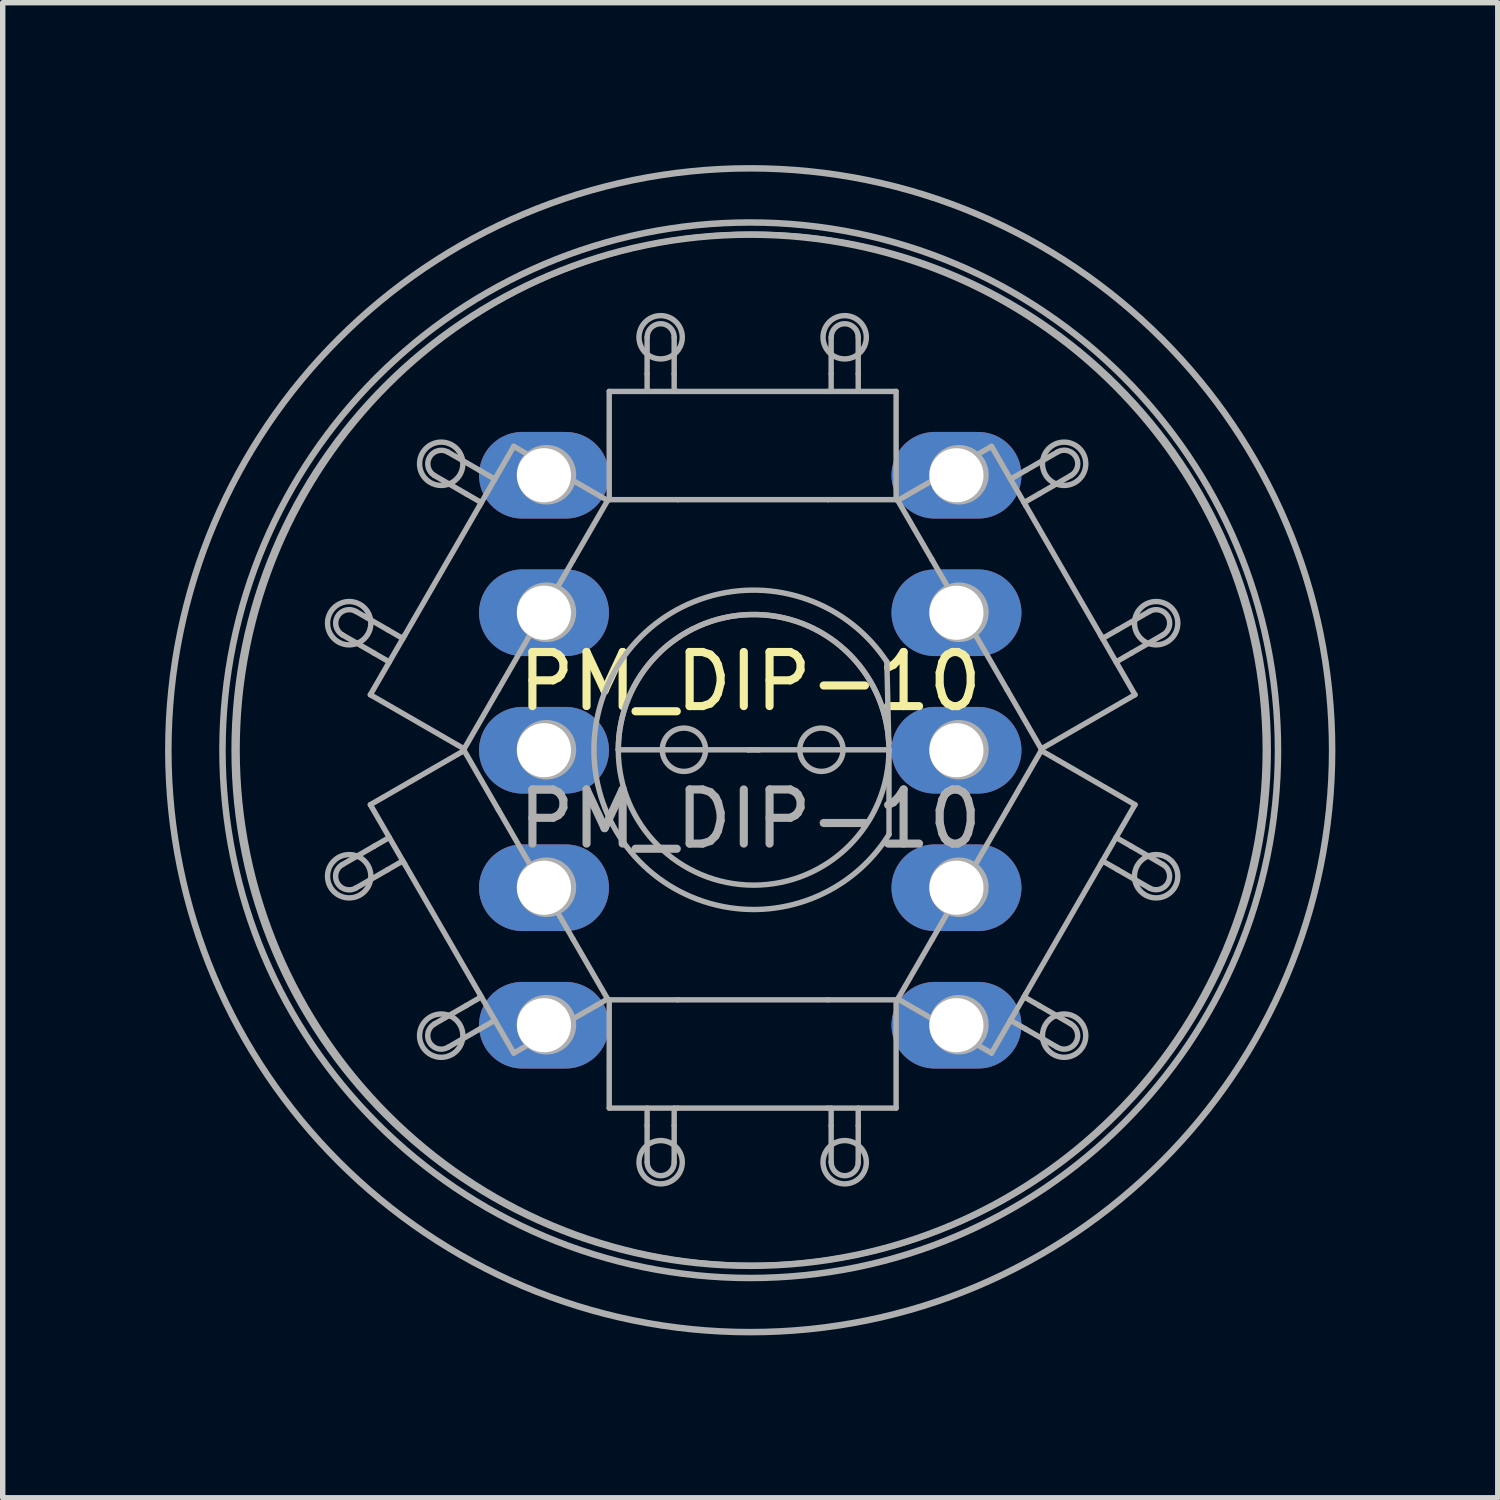
<source format=kicad_pcb>
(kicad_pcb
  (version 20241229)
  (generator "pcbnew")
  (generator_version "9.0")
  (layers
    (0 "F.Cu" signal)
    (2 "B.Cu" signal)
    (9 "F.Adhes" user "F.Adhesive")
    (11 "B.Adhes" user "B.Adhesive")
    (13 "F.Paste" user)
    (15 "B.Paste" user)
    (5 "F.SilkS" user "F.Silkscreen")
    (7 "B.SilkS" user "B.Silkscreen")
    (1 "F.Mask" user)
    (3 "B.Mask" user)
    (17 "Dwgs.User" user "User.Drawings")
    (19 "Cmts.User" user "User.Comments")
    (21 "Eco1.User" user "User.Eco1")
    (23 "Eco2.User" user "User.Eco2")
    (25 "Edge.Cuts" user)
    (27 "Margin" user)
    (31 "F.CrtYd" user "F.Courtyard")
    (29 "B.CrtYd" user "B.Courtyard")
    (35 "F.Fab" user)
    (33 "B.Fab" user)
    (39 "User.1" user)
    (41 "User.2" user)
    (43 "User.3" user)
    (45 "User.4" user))
  (footprint "PM_DIP-10"
    (layer "F.Cu")
    (at 10.81 10.81)
    (property "Reference" "PM_DIP-10" (at 0 -1.27 0) (layer "F.SilkS") (effects (font (size 1 1) (thickness 0.15))))
    (attr through_hole)
    (fp_line (start -7.018 1.006) (end -6.385 2.101) (stroke (width 0.1) (type solid)) (layer "F.Fab"))
    (fp_line (start -6.948 -1.793) (end -7.534 -2.131) (stroke (width 0.1) (type solid)) (layer "F.Fab"))
    (fp_line (start -6.948 -1.793) (end -6.668 -1.631) (stroke (width 0.1) (type solid)) (layer "F.Fab"))
    (fp_line (start -6.948 1.774) (end -7.534 2.112) (stroke (width 0.1) (type solid)) (layer "F.Fab"))
    (fp_line (start -6.948 1.774) (end -6.668 1.612) (stroke (width 0.1) (type solid)) (layer "F.Fab"))
    (fp_line (start -6.698 -2.226) (end -7.284 -2.564) (stroke (width 0.1) (type solid)) (layer "F.Fab"))
    (fp_line (start -6.698 -2.226) (end -6.418 -2.064) (stroke (width 0.1) (type solid)) (layer "F.Fab"))
    (fp_line (start -6.698 2.207) (end -7.284 2.545) (stroke (width 0.1) (type solid)) (layer "F.Fab"))
    (fp_line (start -6.698 2.207) (end -6.418 2.045) (stroke (width 0.1) (type solid)) (layer "F.Fab"))
    (fp_line (start -6.385 -2.12) (end -7.018 -1.025) (stroke (width 0.1) (type solid)) (layer "F.Fab"))
    (fp_line (start -6.385 -2.12) (end -5 -4.519) (stroke (width 0.1) (type solid)) (layer "F.Fab"))
    (fp_line (start -5.285 -0.025) (end -7.018 -1.025) (stroke (width 0.1) (type solid)) (layer "F.Fab"))
    (fp_line (start -5.285 0.006) (end -7.018 1.006) (stroke (width 0.1) (type solid)) (layer "F.Fab"))
    (fp_line (start -5.285 0.006) (end -4.653 1.101) (stroke (width 0.1) (type solid)) (layer "F.Fab"))
    (fp_line (start -5.248 -4.737) (end -5.834 -5.075) (stroke (width 0.1) (type solid)) (layer "F.Fab"))
    (fp_line (start -5.248 -4.737) (end -4.968 -4.575) (stroke (width 0.1) (type solid)) (layer "F.Fab"))
    (fp_line (start -5.248 4.718) (end -5.834 5.056) (stroke (width 0.1) (type solid)) (layer "F.Fab"))
    (fp_line (start -5.248 4.718) (end -4.968 4.556) (stroke (width 0.1) (type solid)) (layer "F.Fab"))
    (fp_line (start -5 4.5) (end -6.385 2.101) (stroke (width 0.1) (type solid)) (layer "F.Fab"))
    (fp_line (start -5 4.5) (end -4.368 5.595) (stroke (width 0.1) (type solid)) (layer "F.Fab"))
    (fp_line (start -4.998 -5.17) (end -5.584 -5.508) (stroke (width 0.1) (type solid)) (layer "F.Fab"))
    (fp_line (start -4.998 -5.17) (end -4.718 -5.008) (stroke (width 0.1) (type solid)) (layer "F.Fab"))
    (fp_line (start -4.998 5.151) (end -5.584 5.489) (stroke (width 0.1) (type solid)) (layer "F.Fab"))
    (fp_line (start -4.998 5.151) (end -4.718 4.989) (stroke (width 0.1) (type solid)) (layer "F.Fab"))
    (fp_line (start -4.653 -1.12) (end -5.285 -0.025) (stroke (width 0.1) (type solid)) (layer "F.Fab"))
    (fp_line (start -4.653 -1.12) (end -3.268 -3.519) (stroke (width 0.1) (type solid)) (layer "F.Fab"))
    (fp_line (start -4.368 -5.614) (end -5 -4.519) (stroke (width 0.1) (type solid)) (layer "F.Fab"))
    (fp_line (start -3.268 3.5) (end -4.653 1.101) (stroke (width 0.1) (type solid)) (layer "F.Fab"))
    (fp_line (start -3.268 3.5) (end -2.635 4.595) (stroke (width 0.1) (type solid)) (layer "F.Fab"))
    (fp_line (start -2.635 -4.614) (end -4.368 -5.614) (stroke (width 0.1) (type solid)) (layer "F.Fab"))
    (fp_line (start -2.635 -4.614) (end -3.268 -3.519) (stroke (width 0.1) (type solid)) (layer "F.Fab"))
    (fp_line (start -2.635 4.595) (end -4.368 5.595) (stroke (width 0.1) (type solid)) (layer "F.Fab"))
    (fp_line (start -2.605 -4.629) (end -2.605 -6.629) (stroke (width 0.1) (type solid)) (layer "F.Fab"))
    (fp_line (start -2.605 4.611) (end -2.605 6.611) (stroke (width 0.1) (type solid)) (layer "F.Fab"))
    (fp_line (start -2.605 4.611) (end -1.34 4.611) (stroke (width 0.1) (type solid)) (layer "F.Fab"))
    (fp_line (start -2.605 6.611) (end -1.34 6.611) (stroke (width 0.1) (type solid)) (layer "F.Fab"))
    (fp_line (start -2.437 -0.008) (end -0.037 -0.008) (stroke (width 0.1) (type solid)) (layer "F.Fab"))
    (fp_line (start -1.905 -6.954) (end -1.905 -7.629) (stroke (width 0.1) (type solid)) (layer "F.Fab"))
    (fp_line (start -1.905 -6.954) (end -1.905 -6.629) (stroke (width 0.1) (type solid)) (layer "F.Fab"))
    (fp_line (start -1.905 6.935) (end -1.905 6.611) (stroke (width 0.1) (type solid)) (layer "F.Fab"))
    (fp_line (start -1.905 6.935) (end -1.905 7.611) (stroke (width 0.1) (type solid)) (layer "F.Fab"))
    (fp_line (start -1.405 -6.954) (end -1.405 -7.629) (stroke (width 0.1) (type solid)) (layer "F.Fab"))
    (fp_line (start -1.405 -6.954) (end -1.405 -6.629) (stroke (width 0.1) (type solid)) (layer "F.Fab"))
    (fp_line (start -1.405 6.935) (end -1.405 6.611) (stroke (width 0.1) (type solid)) (layer "F.Fab"))
    (fp_line (start -1.405 6.935) (end -1.405 7.611) (stroke (width 0.1) (type solid)) (layer "F.Fab"))
    (fp_line (start -1.34 -6.629) (end -2.605 -6.629) (stroke (width 0.1) (type solid)) (layer "F.Fab"))
    (fp_line (start -1.34 -6.629) (end 1.431 -6.629) (stroke (width 0.1) (type solid)) (layer "F.Fab"))
    (fp_line (start -1.34 -4.629) (end -2.605 -4.629) (stroke (width 0.1) (type solid)) (layer "F.Fab"))
    (fp_line (start -1.34 -4.629) (end 1.431 -4.629) (stroke (width 0.1) (type solid)) (layer "F.Fab"))
    (fp_line (start -0.037 -0.008) (end 0.163 -0.008) (stroke (width 0.1) (type solid)) (layer "F.Fab"))
    (fp_line (start 0.163 -0.008) (end -0.037 -0.008) (stroke (width 0.1) (type solid)) (layer "F.Fab"))
    (fp_line (start 1.431 4.611) (end -1.34 4.611) (stroke (width 0.1) (type solid)) (layer "F.Fab"))
    (fp_line (start 1.431 4.611) (end 2.695 4.611) (stroke (width 0.1) (type solid)) (layer "F.Fab"))
    (fp_line (start 1.431 6.611) (end -1.34 6.611) (stroke (width 0.1) (type solid)) (layer "F.Fab"))
    (fp_line (start 1.431 6.611) (end 2.695 6.611) (stroke (width 0.1) (type solid)) (layer "F.Fab"))
    (fp_line (start 1.495 -6.954) (end 1.495 -7.629) (stroke (width 0.1) (type solid)) (layer "F.Fab"))
    (fp_line (start 1.495 -6.954) (end 1.495 -6.629) (stroke (width 0.1) (type solid)) (layer "F.Fab"))
    (fp_line (start 1.495 6.935) (end 1.495 6.611) (stroke (width 0.1) (type solid)) (layer "F.Fab"))
    (fp_line (start 1.495 6.935) (end 1.495 7.611) (stroke (width 0.1) (type solid)) (layer "F.Fab"))
    (fp_line (start 1.995 -6.954) (end 1.995 -7.629) (stroke (width 0.1) (type solid)) (layer "F.Fab"))
    (fp_line (start 1.995 -6.954) (end 1.995 -6.629) (stroke (width 0.1) (type solid)) (layer "F.Fab"))
    (fp_line (start 1.995 6.935) (end 1.995 6.611) (stroke (width 0.1) (type solid)) (layer "F.Fab"))
    (fp_line (start 1.995 6.935) (end 1.995 7.611) (stroke (width 0.1) (type solid)) (layer "F.Fab"))
    (fp_line (start 2.56 -0.126) (end 2.524 -1.633) (stroke (width 0.1) (type solid)) (layer "F.Fab"))
    (fp_line (start 2.563 -0.008) (end 0.163 -0.008) (stroke (width 0.1) (type solid)) (layer "F.Fab"))
    (fp_line (start 2.563 -0.008) (end 2.56 -0.126) (stroke (width 0.1) (type solid)) (layer "F.Fab"))
    (fp_line (start 2.564 1.556) (end 2.563 -0.008) (stroke (width 0.1) (type solid)) (layer "F.Fab"))
    (fp_line (start 2.695 -6.629) (end 1.431 -6.629) (stroke (width 0.1) (type solid)) (layer "F.Fab"))
    (fp_line (start 2.695 -4.629) (end 1.431 -4.629) (stroke (width 0.1) (type solid)) (layer "F.Fab"))
    (fp_line (start 2.695 -4.629) (end 2.695 -6.629) (stroke (width 0.1) (type solid)) (layer "F.Fab"))
    (fp_line (start 2.695 4.611) (end 2.695 6.611) (stroke (width 0.1) (type solid)) (layer "F.Fab"))
    (fp_line (start 2.726 -4.614) (end 4.458 -5.614) (stroke (width 0.1) (type solid)) (layer "F.Fab"))
    (fp_line (start 2.726 4.595) (end 3.359 3.5) (stroke (width 0.1) (type solid)) (layer "F.Fab"))
    (fp_line (start 2.726 4.595) (end 4.458 5.595) (stroke (width 0.1) (type solid)) (layer "F.Fab"))
    (fp_line (start 3.359 -3.519) (end 2.726 -4.614) (stroke (width 0.1) (type solid)) (layer "F.Fab"))
    (fp_line (start 3.359 -3.519) (end 4.744 -1.12) (stroke (width 0.1) (type solid)) (layer "F.Fab"))
    (fp_line (start 4.458 5.595) (end 5.091 4.5) (stroke (width 0.1) (type solid)) (layer "F.Fab"))
    (fp_line (start 4.744 1.101) (end 3.359 3.5) (stroke (width 0.1) (type solid)) (layer "F.Fab"))
    (fp_line (start 4.744 1.101) (end 5.376 0.006) (stroke (width 0.1) (type solid)) (layer "F.Fab"))
    (fp_line (start 5.089 -5.17) (end 4.808 -5.008) (stroke (width 0.1) (type solid)) (layer "F.Fab"))
    (fp_line (start 5.089 -5.17) (end 5.674 -5.508) (stroke (width 0.1) (type solid)) (layer "F.Fab"))
    (fp_line (start 5.089 5.151) (end 4.808 4.989) (stroke (width 0.1) (type solid)) (layer "F.Fab"))
    (fp_line (start 5.089 5.151) (end 5.674 5.489) (stroke (width 0.1) (type solid)) (layer "F.Fab"))
    (fp_line (start 5.091 -4.519) (end 4.458 -5.614) (stroke (width 0.1) (type solid)) (layer "F.Fab"))
    (fp_line (start 5.091 -4.519) (end 6.476 -2.12) (stroke (width 0.1) (type solid)) (layer "F.Fab"))
    (fp_line (start 5.339 -4.737) (end 5.058 -4.575) (stroke (width 0.1) (type solid)) (layer "F.Fab"))
    (fp_line (start 5.339 -4.737) (end 5.924 -5.075) (stroke (width 0.1) (type solid)) (layer "F.Fab"))
    (fp_line (start 5.339 4.718) (end 5.058 4.556) (stroke (width 0.1) (type solid)) (layer "F.Fab"))
    (fp_line (start 5.339 4.718) (end 5.924 5.056) (stroke (width 0.1) (type solid)) (layer "F.Fab"))
    (fp_line (start 5.376 -0.025) (end 4.744 -1.12) (stroke (width 0.1) (type solid)) (layer "F.Fab"))
    (fp_line (start 5.376 -0.025) (end 7.108 -1.025) (stroke (width 0.1) (type solid)) (layer "F.Fab"))
    (fp_line (start 5.376 0.006) (end 7.108 1.006) (stroke (width 0.1) (type solid)) (layer "F.Fab"))
    (fp_line (start 6.476 2.101) (end 5.091 4.5) (stroke (width 0.1) (type solid)) (layer "F.Fab"))
    (fp_line (start 6.476 2.101) (end 7.108 1.006) (stroke (width 0.1) (type solid)) (layer "F.Fab"))
    (fp_line (start 6.789 -2.226) (end 6.508 -2.064) (stroke (width 0.1) (type solid)) (layer "F.Fab"))
    (fp_line (start 6.789 -2.226) (end 7.374 -2.564) (stroke (width 0.1) (type solid)) (layer "F.Fab"))
    (fp_line (start 6.789 2.207) (end 6.508 2.045) (stroke (width 0.1) (type solid)) (layer "F.Fab"))
    (fp_line (start 6.789 2.207) (end 7.374 2.545) (stroke (width 0.1) (type solid)) (layer "F.Fab"))
    (fp_line (start 7.039 -1.793) (end 6.758 -1.631) (stroke (width 0.1) (type solid)) (layer "F.Fab"))
    (fp_line (start 7.039 -1.793) (end 7.624 -2.131) (stroke (width 0.1) (type solid)) (layer "F.Fab"))
    (fp_line (start 7.039 1.774) (end 6.758 1.612) (stroke (width 0.1) (type solid)) (layer "F.Fab"))
    (fp_line (start 7.039 1.774) (end 7.624 2.112) (stroke (width 0.1) (type solid)) (layer "F.Fab"))
    (fp_line (start 7.108 -1.025) (end 6.476 -2.12) (stroke (width 0.1) (type solid)) (layer "F.Fab"))
    (fp_arc (start -7.533555 -2.130744) (mid -7.625062 -2.472251) (end -7.283555 -2.563758) (stroke (width 0.1) (type solid)) (layer "F.Fab"))
    (fp_arc (start -7.283555 2.544768) (mid -7.625061 2.453262) (end -7.533555 2.111756) (stroke (width 0.1) (type solid)) (layer "F.Fab"))
    (fp_arc (start -5.833555 -5.075232) (mid -5.925061 -5.416738) (end -5.583555 -5.508244) (stroke (width 0.1) (type solid)) (layer "F.Fab"))
    (fp_arc (start -5.583555 5.489255) (mid -5.925062 5.397748) (end -5.833555 5.056241) (stroke (width 0.1) (type solid)) (layer "F.Fab"))
    (fp_arc (start -2.43749 -0.007675) (mid 0.003462 -2.506976) (end 2.559719 -0.125736) (stroke (width 0.1) (type solid)) (layer "F.Fab"))
    (fp_arc (start -2.43749 -0.007675) (mid 0.003462 -2.506976) (end 2.559719 -0.125736) (stroke (width 0.1) (type solid)) (layer "F.Fab"))
    (fp_arc (start -1.904554 -7.629495) (mid -1.654554 -7.879495) (end -1.404554 -7.629495) (stroke (width 0.1) (type solid)) (layer "F.Fab"))
    (fp_arc (start -1.404554 7.610504) (mid -1.654554 7.860504) (end -1.904554 7.610504) (stroke (width 0.1) (type solid)) (layer "F.Fab"))
    (fp_arc (start 1.495446 -7.629495) (mid 1.745446 -7.879495) (end 1.995446 -7.629495) (stroke (width 0.1) (type solid)) (layer "F.Fab"))
    (fp_arc (start 1.995446 7.610504) (mid 1.745446 7.860504) (end 1.495446 7.610504) (stroke (width 0.1) (type solid)) (layer "F.Fab"))
    (fp_arc (start 2.562509 -0.007674) (mid 0.062509 2.492326) (end -2.437491 -0.007674) (stroke (width 0.1) (type solid)) (layer "F.Fab"))
    (fp_arc (start 2.563852 1.556225) (mid -2.887261 0.029089) (end 2.524099 -1.633427) (stroke (width 0.1) (type solid)) (layer "F.Fab"))
    (fp_arc (start 5.674445 -5.508245) (mid 6.015952 -5.416738) (end 5.924445 -5.075231) (stroke (width 0.1) (type solid)) (layer "F.Fab"))
    (fp_arc (start 5.924445 5.056242) (mid 6.015951 5.397748) (end 5.674445 5.489254) (stroke (width 0.1) (type solid)) (layer "F.Fab"))
    (fp_arc (start 7.374445 -2.563757) (mid 7.715951 -2.472251) (end 7.624445 -2.130745) (stroke (width 0.1) (type solid)) (layer "F.Fab"))
    (fp_arc (start 7.624445 2.111755) (mid 7.715952 2.453262) (end 7.374445 2.544769) (stroke (width 0.1) (type solid)) (layer "F.Fab"))
    (fp_circle (center -7.409 -2.347) (end -7.009 -2.347) (stroke (width 0.1) (type solid)) (fill no) (layer "F.Fab"))
    (fp_circle (center -7.409 2.328) (end -7.009 2.328) (stroke (width 0.1) (type solid)) (fill no) (layer "F.Fab"))
    (fp_circle (center -5.709 -5.292) (end -5.309 -5.292) (stroke (width 0.1) (type solid)) (fill no) (layer "F.Fab"))
    (fp_circle (center -5.709 5.273) (end -5.309 5.273) (stroke (width 0.1) (type solid)) (fill no) (layer "F.Fab"))
    (fp_circle (center -3.765 -5.089) (end -3.265 -5.089) (stroke (width 0.1) (type solid)) (fill no) (layer "F.Fab"))
    (fp_circle (center -3.765 -2.549) (end -3.265 -2.549) (stroke (width 0.1) (type solid)) (fill no) (layer "F.Fab"))
    (fp_circle (center -3.765 -0.009) (end -3.265 -0.009) (stroke (width 0.1) (type solid)) (fill no) (layer "F.Fab"))
    (fp_circle (center -3.765 2.531) (end -3.265 2.531) (stroke (width 0.1) (type solid)) (fill no) (layer "F.Fab"))
    (fp_circle (center -3.765 5.071) (end -3.265 5.071) (stroke (width 0.1) (type solid)) (fill no) (layer "F.Fab"))
    (fp_circle (center -1.655 -7.629) (end -1.255 -7.629) (stroke (width 0.1) (type solid)) (fill no) (layer "F.Fab"))
    (fp_circle (center -1.655 7.611) (end -1.255 7.611) (stroke (width 0.1) (type solid)) (fill no) (layer "F.Fab"))
    (fp_circle (center -1.225 -0.009) (end -0.825 -0.009) (stroke (width 0.1) (type solid)) (fill no) (layer "F.Fab"))
    (fp_circle (center 0 0) (end 9.525 0) (stroke (width 0.12) (type solid)) (fill no) (layer "F.Fab"))
    (fp_circle (center 0 0) (end 9.75 0) (stroke (width 0.12) (type solid)) (fill no) (layer "F.Fab"))
    (fp_circle (center 0 0) (end 10.75 0) (stroke (width 0.12) (type solid)) (fill no) (layer "F.Fab"))
    (fp_circle (center 0.045 -0.009) (end 9.57 -0.009) (stroke (width 0.1) (type solid)) (fill no) (layer "F.Fab"))
    (fp_circle (center 1.315 -0.009) (end 1.715 -0.009) (stroke (width 0.1) (type solid)) (fill no) (layer "F.Fab"))
    (fp_circle (center 1.745 -7.629) (end 2.145 -7.629) (stroke (width 0.1) (type solid)) (fill no) (layer "F.Fab"))
    (fp_circle (center 1.745 7.611) (end 2.145 7.611) (stroke (width 0.1) (type solid)) (fill no) (layer "F.Fab"))
    (fp_circle (center 3.855 -5.089) (end 4.355 -5.089) (stroke (width 0.1) (type solid)) (fill no) (layer "F.Fab"))
    (fp_circle (center 3.855 -2.549) (end 4.355 -2.549) (stroke (width 0.1) (type solid)) (fill no) (layer "F.Fab"))
    (fp_circle (center 3.855 -0.009) (end 4.355 -0.009) (stroke (width 0.1) (type solid)) (fill no) (layer "F.Fab"))
    (fp_circle (center 3.855 2.531) (end 4.355 2.531) (stroke (width 0.1) (type solid)) (fill no) (layer "F.Fab"))
    (fp_circle (center 3.855 5.071) (end 4.355 5.071) (stroke (width 0.1) (type solid)) (fill no) (layer "F.Fab"))
    (fp_circle (center 5.799 -5.292) (end 6.199 -5.292) (stroke (width 0.1) (type solid)) (fill no) (layer "F.Fab"))
    (fp_circle (center 5.799 5.273) (end 6.199 5.273) (stroke (width 0.1) (type solid)) (fill no) (layer "F.Fab"))
    (fp_circle (center 7.499 -2.347) (end 7.899 -2.347) (stroke (width 0.1) (type solid)) (fill no) (layer "F.Fab"))
    (fp_circle (center 7.499 2.328) (end 7.899 2.328) (stroke (width 0.1) (type solid)) (fill no) (layer "F.Fab"))
    (fp_text user "${REFERENCE}" (at 0 1.27 0) (layer "F.Fab") (effects (font (size 1 1) (thickness 0.15))))
    (pad "" connect circle (at -3.81 -5.08) (size 1 1) (layers "F.Mask"))
    (pad "" connect circle (at -3.81 -2.54) (size 1 1) (layers "F.Mask"))
    (pad "" connect circle (at -3.81 0) (size 1 1) (layers "F.Mask"))
    (pad "" connect circle (at -3.81 2.54) (size 1 1) (layers "F.Mask"))
    (pad "" connect circle (at -3.81 5.08 90) (size 1 1) (layers "F.Mask"))
    (pad "" connect circle (at 3.81 -5.08) (size 1 1) (layers "F.Mask"))
    (pad "" connect circle (at 3.81 -2.54) (size 1 1) (layers "F.Mask"))
    (pad "" connect circle (at 3.81 0) (size 1 1) (layers "F.Mask"))
    (pad "" connect circle (at 3.81 2.54) (size 1 1) (layers "F.Mask"))
    (pad "" connect circle (at 3.81 5.08) (size 1 1) (layers "F.Mask"))
    (pad "1" thru_hole oval (at -3.81 -5.08) (size 2.4 1.6) (drill 1) (layers "B.Cu" "B.Mask"))
    (pad "2" thru_hole oval (at -3.81 -2.54) (size 2.4 1.6) (drill 1) (layers "B.Cu" "B.Mask"))
    (pad "3" thru_hole oval (at -3.81 0) (size 2.4 1.6) (drill 1) (layers "B.Cu" "B.Mask"))
    (pad "4" thru_hole oval (at -3.81 2.54) (size 2.4 1.6) (drill 1) (layers "B.Cu" "B.Mask"))
    (pad "5" thru_hole oval (at -3.81 5.08) (size 2.4 1.6) (drill 1) (layers "B.Cu" "B.Mask"))
    (pad "6" thru_hole oval (at 3.81 5.08) (size 2.4 1.6) (drill 1) (layers "B.Cu" "B.Mask"))
    (pad "7" thru_hole oval (at 3.81 2.54) (size 2.4 1.6) (drill 1) (layers "B.Cu" "B.Mask"))
    (pad "8" thru_hole oval (at 3.81 0) (size 2.4 1.6) (drill 1) (layers "B.Cu" "B.Mask"))
    (pad "9" thru_hole oval (at 3.81 -2.54) (size 2.4 1.6) (drill 1) (layers "B.Cu" "B.Mask"))
    (pad "10" thru_hole oval (at 3.81 -5.08) (size 2.4 1.6) (drill 1) (layers "B.Cu" "B.Mask")))
  (gr_rect
    (start -3 -3)
    (end 24.62 24.62)
    (stroke (width 0.1) (type default))
    (fill no)
    (layer "Edge.Cuts")))
</source>
